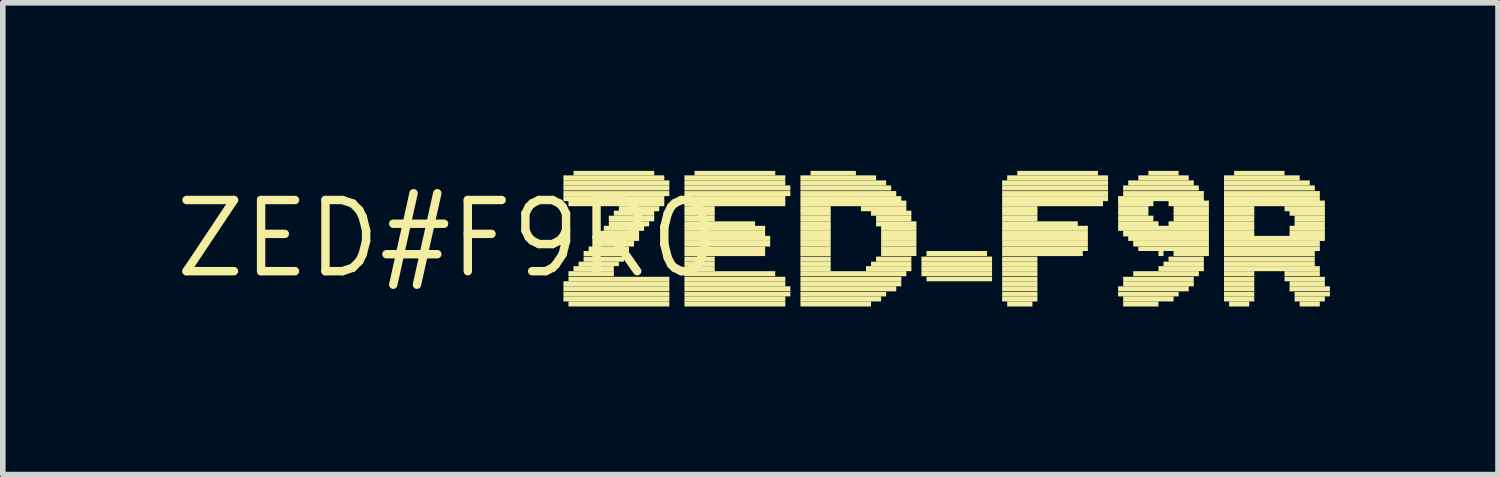
<source format=kicad_pcb>
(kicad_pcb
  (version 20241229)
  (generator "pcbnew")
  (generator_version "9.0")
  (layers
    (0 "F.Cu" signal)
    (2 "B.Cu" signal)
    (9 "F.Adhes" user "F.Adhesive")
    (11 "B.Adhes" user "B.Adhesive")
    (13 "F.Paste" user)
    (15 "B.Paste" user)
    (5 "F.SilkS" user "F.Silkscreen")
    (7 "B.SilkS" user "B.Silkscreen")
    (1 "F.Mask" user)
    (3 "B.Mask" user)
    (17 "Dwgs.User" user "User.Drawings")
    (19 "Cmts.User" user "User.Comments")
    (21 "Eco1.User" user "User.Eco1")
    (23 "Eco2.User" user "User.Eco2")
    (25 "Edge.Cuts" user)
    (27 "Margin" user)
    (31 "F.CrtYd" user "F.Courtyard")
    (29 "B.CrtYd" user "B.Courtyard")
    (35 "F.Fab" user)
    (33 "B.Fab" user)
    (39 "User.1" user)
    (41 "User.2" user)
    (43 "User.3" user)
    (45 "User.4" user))
  (footprint "ZED#F9R0"
    (layer "F.Cu")
    (at 4.936 1.21)
    (property "Reference" "ZED#F9R0" (at 0 0 0) (layer "F.SilkS") (effects (font (size 1.27 1.27) (thickness 0.15))))
    (fp_poly (pts (xy 2.07 -1.04) (xy 3.87 -1.04) (xy 3.87 -1.13) (xy 2.07 -1.13)) (stroke (width 0) (type solid)) (fill yes) (layer "F.SilkS"))
    (fp_poly (pts (xy 2.07 -0.95) (xy 3.96 -0.95) (xy 3.96 -1.04) (xy 2.07 -1.04)) (stroke (width 0) (type solid)) (fill yes) (layer "F.SilkS"))
    (fp_poly (pts (xy 2.07 -0.86) (xy 3.96 -0.86) (xy 3.96 -0.95) (xy 2.07 -0.95)) (stroke (width 0) (type solid)) (fill yes) (layer "F.SilkS"))
    (fp_poly (pts (xy 2.07 -0.76) (xy 3.96 -0.76) (xy 3.96 -0.85) (xy 2.07 -0.85)) (stroke (width 0) (type solid)) (fill yes) (layer "F.SilkS"))
    (fp_poly (pts (xy 2.07 -0.67) (xy 3.87 -0.67) (xy 3.87 -0.76) (xy 2.07 -0.76)) (stroke (width 0) (type solid)) (fill yes) (layer "F.SilkS"))
    (fp_poly (pts (xy 2.07 0.85) (xy 3.96 0.85) (xy 3.96 0.76) (xy 2.07 0.76)) (stroke (width 0) (type solid)) (fill yes) (layer "F.SilkS"))
    (fp_poly (pts (xy 2.07 0.94) (xy 3.96 0.94) (xy 3.96 0.85) (xy 2.07 0.85)) (stroke (width 0) (type solid)) (fill yes) (layer "F.SilkS"))
    (fp_poly (pts (xy 2.07 1.03) (xy 3.96 1.03) (xy 3.96 0.95) (xy 2.07 0.95)) (stroke (width 0) (type solid)) (fill yes) (layer "F.SilkS"))
    (fp_poly (pts (xy 2.07 1.12) (xy 3.96 1.12) (xy 3.96 1.03) (xy 2.07 1.03)) (stroke (width 0) (type solid)) (fill yes) (layer "F.SilkS"))
    (fp_poly (pts (xy 2.16 -0.58) (xy 3.87 -0.58) (xy 3.87 -0.68) (xy 2.16 -0.68)) (stroke (width 0) (type solid)) (fill yes) (layer "F.SilkS"))
    (fp_poly (pts (xy 2.16 0.67) (xy 2.97 0.67) (xy 2.97 0.58) (xy 2.16 0.58)) (stroke (width 0) (type solid)) (fill yes) (layer "F.SilkS"))
    (fp_poly (pts (xy 2.16 0.76) (xy 3.96 0.76) (xy 3.96 0.68) (xy 2.16 0.68)) (stroke (width 0) (type solid)) (fill yes) (layer "F.SilkS"))
    (fp_poly (pts (xy 2.16 1.21) (xy 3.96 1.21) (xy 3.96 1.12) (xy 2.16 1.12)) (stroke (width 0) (type solid)) (fill yes) (layer "F.SilkS"))
    (fp_poly (pts (xy 2.25 -1.13) (xy 3.69 -1.13) (xy 3.69 -1.21) (xy 2.25 -1.21)) (stroke (width 0) (type solid)) (fill yes) (layer "F.SilkS"))
    (fp_poly (pts (xy 2.25 0.58) (xy 2.97 0.58) (xy 2.97 0.49) (xy 2.25 0.49)) (stroke (width 0) (type solid)) (fill yes) (layer "F.SilkS"))
    (fp_poly (pts (xy 2.34 0.49) (xy 3.06 0.49) (xy 3.06 0.41) (xy 2.34 0.41)) (stroke (width 0) (type solid)) (fill yes) (layer "F.SilkS"))
    (fp_poly (pts (xy 2.43 0.31) (xy 3.24 0.31) (xy 3.24 0.22) (xy 2.43 0.22)) (stroke (width 0) (type solid)) (fill yes) (layer "F.SilkS"))
    (fp_poly (pts (xy 2.43 0.41) (xy 3.15 0.41) (xy 3.15 0.32) (xy 2.43 0.32)) (stroke (width 0) (type solid)) (fill yes) (layer "F.SilkS"))
    (fp_poly (pts (xy 2.52 0.22) (xy 3.24 0.22) (xy 3.24 0.14) (xy 2.52 0.14)) (stroke (width 0) (type solid)) (fill yes) (layer "F.SilkS"))
    (fp_poly (pts (xy 2.61 0.04) (xy 3.42 0.04) (xy 3.42 -0.05) (xy 2.61 -0.05)) (stroke (width 0) (type solid)) (fill yes) (layer "F.SilkS"))
    (fp_poly (pts (xy 2.61 0.14) (xy 3.33 0.14) (xy 3.33 0.04) (xy 2.61 0.04)) (stroke (width 0) (type solid)) (fill yes) (layer "F.SilkS"))
    (fp_poly (pts (xy 2.7 -0.04) (xy 3.42 -0.04) (xy 3.42 -0.14) (xy 2.7 -0.14)) (stroke (width 0) (type solid)) (fill yes) (layer "F.SilkS"))
    (fp_poly (pts (xy 2.79 -0.14) (xy 3.51 -0.14) (xy 3.51 -0.23) (xy 2.79 -0.23)) (stroke (width 0) (type solid)) (fill yes) (layer "F.SilkS"))
    (fp_poly (pts (xy 2.88 -0.31) (xy 3.69 -0.31) (xy 3.69 -0.41) (xy 2.88 -0.41)) (stroke (width 0) (type solid)) (fill yes) (layer "F.SilkS"))
    (fp_poly (pts (xy 2.88 -0.22) (xy 3.6 -0.22) (xy 3.6 -0.31) (xy 2.88 -0.31)) (stroke (width 0) (type solid)) (fill yes) (layer "F.SilkS"))
    (fp_poly (pts (xy 2.97 -0.41) (xy 3.69 -0.41) (xy 3.69 -0.5) (xy 2.97 -0.5)) (stroke (width 0) (type solid)) (fill yes) (layer "F.SilkS"))
    (fp_poly (pts (xy 3.06 -0.49) (xy 3.78 -0.49) (xy 3.78 -0.58) (xy 3.06 -0.58)) (stroke (width 0) (type solid)) (fill yes) (layer "F.SilkS"))
    (fp_poly (pts (xy 4.23 -1.04) (xy 6.03 -1.04) (xy 6.03 -1.13) (xy 4.23 -1.13)) (stroke (width 0) (type solid)) (fill yes) (layer "F.SilkS"))
    (fp_poly (pts (xy 4.23 -0.95) (xy 6.03 -0.95) (xy 6.03 -1.04) (xy 4.23 -1.04)) (stroke (width 0) (type solid)) (fill yes) (layer "F.SilkS"))
    (fp_poly (pts (xy 4.23 -0.86) (xy 6.12 -0.86) (xy 6.12 -0.95) (xy 4.23 -0.95)) (stroke (width 0) (type solid)) (fill yes) (layer "F.SilkS"))
    (fp_poly (pts (xy 4.23 -0.76) (xy 6.12 -0.76) (xy 6.12 -0.85) (xy 4.23 -0.85)) (stroke (width 0) (type solid)) (fill yes) (layer "F.SilkS"))
    (fp_poly (pts (xy 4.23 -0.67) (xy 6.03 -0.67) (xy 6.03 -0.76) (xy 4.23 -0.76)) (stroke (width 0) (type solid)) (fill yes) (layer "F.SilkS"))
    (fp_poly (pts (xy 4.23 -0.58) (xy 6.03 -0.58) (xy 6.03 -0.68) (xy 4.23 -0.68)) (stroke (width 0) (type solid)) (fill yes) (layer "F.SilkS"))
    (fp_poly (pts (xy 4.23 -0.49) (xy 4.77 -0.49) (xy 4.77 -0.58) (xy 4.23 -0.58)) (stroke (width 0) (type solid)) (fill yes) (layer "F.SilkS"))
    (fp_poly (pts (xy 4.23 -0.41) (xy 4.77 -0.41) (xy 4.77 -0.5) (xy 4.23 -0.5)) (stroke (width 0) (type solid)) (fill yes) (layer "F.SilkS"))
    (fp_poly (pts (xy 4.23 -0.31) (xy 4.77 -0.31) (xy 4.77 -0.41) (xy 4.23 -0.41)) (stroke (width 0) (type solid)) (fill yes) (layer "F.SilkS"))
    (fp_poly (pts (xy 4.23 -0.22) (xy 5.49 -0.22) (xy 5.49 -0.31) (xy 4.23 -0.31)) (stroke (width 0) (type solid)) (fill yes) (layer "F.SilkS"))
    (fp_poly (pts (xy 4.23 -0.14) (xy 5.67 -0.14) (xy 5.67 -0.23) (xy 4.23 -0.23)) (stroke (width 0) (type solid)) (fill yes) (layer "F.SilkS"))
    (fp_poly (pts (xy 4.23 -0.04) (xy 5.67 -0.04) (xy 5.67 -0.14) (xy 4.23 -0.14)) (stroke (width 0) (type solid)) (fill yes) (layer "F.SilkS"))
    (fp_poly (pts (xy 4.23 0.04) (xy 5.76 0.04) (xy 5.76 -0.05) (xy 4.23 -0.05)) (stroke (width 0) (type solid)) (fill yes) (layer "F.SilkS"))
    (fp_poly (pts (xy 4.23 0.14) (xy 5.76 0.14) (xy 5.76 0.04) (xy 4.23 0.04)) (stroke (width 0) (type solid)) (fill yes) (layer "F.SilkS"))
    (fp_poly (pts (xy 4.23 0.22) (xy 5.67 0.22) (xy 5.67 0.14) (xy 4.23 0.14)) (stroke (width 0) (type solid)) (fill yes) (layer "F.SilkS"))
    (fp_poly (pts (xy 4.23 0.31) (xy 5.67 0.31) (xy 5.67 0.22) (xy 4.23 0.22)) (stroke (width 0) (type solid)) (fill yes) (layer "F.SilkS"))
    (fp_poly (pts (xy 4.23 0.41) (xy 4.77 0.41) (xy 4.77 0.32) (xy 4.23 0.32)) (stroke (width 0) (type solid)) (fill yes) (layer "F.SilkS"))
    (fp_poly (pts (xy 4.23 0.49) (xy 4.77 0.49) (xy 4.77 0.41) (xy 4.23 0.41)) (stroke (width 0) (type solid)) (fill yes) (layer "F.SilkS"))
    (fp_poly (pts (xy 4.23 0.58) (xy 4.77 0.58) (xy 4.77 0.49) (xy 4.23 0.49)) (stroke (width 0) (type solid)) (fill yes) (layer "F.SilkS"))
    (fp_poly (pts (xy 4.23 0.67) (xy 5.85 0.67) (xy 5.85 0.58) (xy 4.23 0.58)) (stroke (width 0) (type solid)) (fill yes) (layer "F.SilkS"))
    (fp_poly (pts (xy 4.23 0.76) (xy 6.03 0.76) (xy 6.03 0.68) (xy 4.23 0.68)) (stroke (width 0) (type solid)) (fill yes) (layer "F.SilkS"))
    (fp_poly (pts (xy 4.23 0.85) (xy 6.03 0.85) (xy 6.03 0.76) (xy 4.23 0.76)) (stroke (width 0) (type solid)) (fill yes) (layer "F.SilkS"))
    (fp_poly (pts (xy 4.23 0.94) (xy 6.12 0.94) (xy 6.12 0.85) (xy 4.23 0.85)) (stroke (width 0) (type solid)) (fill yes) (layer "F.SilkS"))
    (fp_poly (pts (xy 4.23 1.03) (xy 6.12 1.03) (xy 6.12 0.95) (xy 4.23 0.95)) (stroke (width 0) (type solid)) (fill yes) (layer "F.SilkS"))
    (fp_poly (pts (xy 4.23 1.12) (xy 6.03 1.12) (xy 6.03 1.03) (xy 4.23 1.03)) (stroke (width 0) (type solid)) (fill yes) (layer "F.SilkS"))
    (fp_poly (pts (xy 4.23 1.21) (xy 6.03 1.21) (xy 6.03 1.12) (xy 4.23 1.12)) (stroke (width 0) (type solid)) (fill yes) (layer "F.SilkS"))
    (fp_poly (pts (xy 4.41 -1.13) (xy 5.85 -1.13) (xy 5.85 -1.21) (xy 4.41 -1.21)) (stroke (width 0) (type solid)) (fill yes) (layer "F.SilkS"))
    (fp_poly (pts (xy 6.3 -1.04) (xy 7.65 -1.04) (xy 7.65 -1.13) (xy 6.3 -1.13)) (stroke (width 0) (type solid)) (fill yes) (layer "F.SilkS"))
    (fp_poly (pts (xy 6.3 -0.95) (xy 7.83 -0.95) (xy 7.83 -1.04) (xy 6.3 -1.04)) (stroke (width 0) (type solid)) (fill yes) (layer "F.SilkS"))
    (fp_poly (pts (xy 6.3 -0.86) (xy 7.92 -0.86) (xy 7.92 -0.95) (xy 6.3 -0.95)) (stroke (width 0) (type solid)) (fill yes) (layer "F.SilkS"))
    (fp_poly (pts (xy 6.3 -0.76) (xy 8.01 -0.76) (xy 8.01 -0.85) (xy 6.3 -0.85)) (stroke (width 0) (type solid)) (fill yes) (layer "F.SilkS"))
    (fp_poly (pts (xy 6.3 -0.67) (xy 8.1 -0.67) (xy 8.1 -0.76) (xy 6.3 -0.76)) (stroke (width 0) (type solid)) (fill yes) (layer "F.SilkS"))
    (fp_poly (pts (xy 6.3 -0.58) (xy 8.19 -0.58) (xy 8.19 -0.68) (xy 6.3 -0.68)) (stroke (width 0) (type solid)) (fill yes) (layer "F.SilkS"))
    (fp_poly (pts (xy 6.3 -0.49) (xy 6.84 -0.49) (xy 6.84 -0.58) (xy 6.3 -0.58)) (stroke (width 0) (type solid)) (fill yes) (layer "F.SilkS"))
    (fp_poly (pts (xy 6.3 -0.41) (xy 6.84 -0.41) (xy 6.84 -0.5) (xy 6.3 -0.5)) (stroke (width 0) (type solid)) (fill yes) (layer "F.SilkS"))
    (fp_poly (pts (xy 6.3 -0.31) (xy 6.84 -0.31) (xy 6.84 -0.41) (xy 6.3 -0.41)) (stroke (width 0) (type solid)) (fill yes) (layer "F.SilkS"))
    (fp_poly (pts (xy 6.3 -0.22) (xy 6.84 -0.22) (xy 6.84 -0.31) (xy 6.3 -0.31)) (stroke (width 0) (type solid)) (fill yes) (layer "F.SilkS"))
    (fp_poly (pts (xy 6.3 -0.14) (xy 6.84 -0.14) (xy 6.84 -0.23) (xy 6.3 -0.23)) (stroke (width 0) (type solid)) (fill yes) (layer "F.SilkS"))
    (fp_poly (pts (xy 6.3 -0.04) (xy 6.84 -0.04) (xy 6.84 -0.14) (xy 6.3 -0.14)) (stroke (width 0) (type solid)) (fill yes) (layer "F.SilkS"))
    (fp_poly (pts (xy 6.3 0.04) (xy 6.84 0.04) (xy 6.84 -0.05) (xy 6.3 -0.05)) (stroke (width 0) (type solid)) (fill yes) (layer "F.SilkS"))
    (fp_poly (pts (xy 6.3 0.14) (xy 6.84 0.14) (xy 6.84 0.04) (xy 6.3 0.04)) (stroke (width 0) (type solid)) (fill yes) (layer "F.SilkS"))
    (fp_poly (pts (xy 6.3 0.22) (xy 6.84 0.22) (xy 6.84 0.14) (xy 6.3 0.14)) (stroke (width 0) (type solid)) (fill yes) (layer "F.SilkS"))
    (fp_poly (pts (xy 6.3 0.31) (xy 6.84 0.31) (xy 6.84 0.22) (xy 6.3 0.22)) (stroke (width 0) (type solid)) (fill yes) (layer "F.SilkS"))
    (fp_poly (pts (xy 6.3 0.41) (xy 6.84 0.41) (xy 6.84 0.32) (xy 6.3 0.32)) (stroke (width 0) (type solid)) (fill yes) (layer "F.SilkS"))
    (fp_poly (pts (xy 6.3 0.49) (xy 6.84 0.49) (xy 6.84 0.41) (xy 6.3 0.41)) (stroke (width 0) (type solid)) (fill yes) (layer "F.SilkS"))
    (fp_poly (pts (xy 6.3 0.58) (xy 6.84 0.58) (xy 6.84 0.49) (xy 6.3 0.49)) (stroke (width 0) (type solid)) (fill yes) (layer "F.SilkS"))
    (fp_poly (pts (xy 6.3 0.67) (xy 8.19 0.67) (xy 8.19 0.58) (xy 6.3 0.58)) (stroke (width 0) (type solid)) (fill yes) (layer "F.SilkS"))
    (fp_poly (pts (xy 6.3 0.76) (xy 8.1 0.76) (xy 8.1 0.68) (xy 6.3 0.68)) (stroke (width 0) (type solid)) (fill yes) (layer "F.SilkS"))
    (fp_poly (pts (xy 6.3 0.85) (xy 8.1 0.85) (xy 8.1 0.76) (xy 6.3 0.76)) (stroke (width 0) (type solid)) (fill yes) (layer "F.SilkS"))
    (fp_poly (pts (xy 6.3 0.94) (xy 8.01 0.94) (xy 8.01 0.85) (xy 6.3 0.85)) (stroke (width 0) (type solid)) (fill yes) (layer "F.SilkS"))
    (fp_poly (pts (xy 6.3 1.03) (xy 7.83 1.03) (xy 7.83 0.95) (xy 6.3 0.95)) (stroke (width 0) (type solid)) (fill yes) (layer "F.SilkS"))
    (fp_poly (pts (xy 6.3 1.12) (xy 7.74 1.12) (xy 7.74 1.03) (xy 6.3 1.03)) (stroke (width 0) (type solid)) (fill yes) (layer "F.SilkS"))
    (fp_poly (pts (xy 6.3 1.21) (xy 7.56 1.21) (xy 7.56 1.12) (xy 6.3 1.12)) (stroke (width 0) (type solid)) (fill yes) (layer "F.SilkS"))
    (fp_poly (pts (xy 6.48 -1.13) (xy 7.29 -1.13) (xy 7.29 -1.21) (xy 6.48 -1.21)) (stroke (width 0) (type solid)) (fill yes) (layer "F.SilkS"))
    (fp_poly (pts (xy 7.38 -0.49) (xy 8.19 -0.49) (xy 8.19 -0.58) (xy 7.38 -0.58)) (stroke (width 0) (type solid)) (fill yes) (layer "F.SilkS"))
    (fp_poly (pts (xy 7.47 0.58) (xy 8.28 0.58) (xy 8.28 0.49) (xy 7.47 0.49)) (stroke (width 0) (type solid)) (fill yes) (layer "F.SilkS"))
    (fp_poly (pts (xy 7.56 -0.41) (xy 8.28 -0.41) (xy 8.28 -0.5) (xy 7.56 -0.5)) (stroke (width 0) (type solid)) (fill yes) (layer "F.SilkS"))
    (fp_poly (pts (xy 7.56 0.49) (xy 8.28 0.49) (xy 8.28 0.41) (xy 7.56 0.41)) (stroke (width 0) (type solid)) (fill yes) (layer "F.SilkS"))
    (fp_poly (pts (xy 7.65 -0.31) (xy 8.28 -0.31) (xy 8.28 -0.41) (xy 7.65 -0.41)) (stroke (width 0) (type solid)) (fill yes) (layer "F.SilkS"))
    (fp_poly (pts (xy 7.65 -0.22) (xy 8.37 -0.22) (xy 8.37 -0.31) (xy 7.65 -0.31)) (stroke (width 0) (type solid)) (fill yes) (layer "F.SilkS"))
    (fp_poly (pts (xy 7.65 0.41) (xy 8.28 0.41) (xy 8.28 0.32) (xy 7.65 0.32)) (stroke (width 0) (type solid)) (fill yes) (layer "F.SilkS"))
    (fp_poly (pts (xy 7.74 -0.14) (xy 8.37 -0.14) (xy 8.37 -0.23) (xy 7.74 -0.23)) (stroke (width 0) (type solid)) (fill yes) (layer "F.SilkS"))
    (fp_poly (pts (xy 7.74 -0.04) (xy 8.37 -0.04) (xy 8.37 -0.14) (xy 7.74 -0.14)) (stroke (width 0) (type solid)) (fill yes) (layer "F.SilkS"))
    (fp_poly (pts (xy 7.74 0.04) (xy 8.37 0.04) (xy 8.37 -0.05) (xy 7.74 -0.05)) (stroke (width 0) (type solid)) (fill yes) (layer "F.SilkS"))
    (fp_poly (pts (xy 7.74 0.14) (xy 8.37 0.14) (xy 8.37 0.04) (xy 7.74 0.04)) (stroke (width 0) (type solid)) (fill yes) (layer "F.SilkS"))
    (fp_poly (pts (xy 7.74 0.22) (xy 8.37 0.22) (xy 8.37 0.14) (xy 7.74 0.14)) (stroke (width 0) (type solid)) (fill yes) (layer "F.SilkS"))
    (fp_poly (pts (xy 7.74 0.31) (xy 8.37 0.31) (xy 8.37 0.22) (xy 7.74 0.22)) (stroke (width 0) (type solid)) (fill yes) (layer "F.SilkS"))
    (fp_poly (pts (xy 8.46 0.41) (xy 9.72 0.41) (xy 9.72 0.32) (xy 8.46 0.32)) (stroke (width 0) (type solid)) (fill yes) (layer "F.SilkS"))
    (fp_poly (pts (xy 8.46 0.49) (xy 9.72 0.49) (xy 9.72 0.41) (xy 8.46 0.41)) (stroke (width 0) (type solid)) (fill yes) (layer "F.SilkS"))
    (fp_poly (pts (xy 8.46 0.58) (xy 9.72 0.58) (xy 9.72 0.49) (xy 8.46 0.49)) (stroke (width 0) (type solid)) (fill yes) (layer "F.SilkS"))
    (fp_poly (pts (xy 8.46 0.67) (xy 9.72 0.67) (xy 9.72 0.58) (xy 8.46 0.58)) (stroke (width 0) (type solid)) (fill yes) (layer "F.SilkS"))
    (fp_poly (pts (xy 8.55 0.31) (xy 9.63 0.31) (xy 9.63 0.22) (xy 8.55 0.22)) (stroke (width 0) (type solid)) (fill yes) (layer "F.SilkS"))
    (fp_poly (pts (xy 8.55 0.76) (xy 9.72 0.76) (xy 9.72 0.68) (xy 8.55 0.68)) (stroke (width 0) (type solid)) (fill yes) (layer "F.SilkS"))
    (fp_poly (pts (xy 9.9 -0.95) (xy 11.79 -0.95) (xy 11.79 -1.04) (xy 9.9 -1.04)) (stroke (width 0) (type solid)) (fill yes) (layer "F.SilkS"))
    (fp_poly (pts (xy 9.9 -0.86) (xy 11.79 -0.86) (xy 11.79 -0.95) (xy 9.9 -0.95)) (stroke (width 0) (type solid)) (fill yes) (layer "F.SilkS"))
    (fp_poly (pts (xy 9.9 -0.76) (xy 11.79 -0.76) (xy 11.79 -0.85) (xy 9.9 -0.85)) (stroke (width 0) (type solid)) (fill yes) (layer "F.SilkS"))
    (fp_poly (pts (xy 9.9 -0.67) (xy 11.79 -0.67) (xy 11.79 -0.76) (xy 9.9 -0.76)) (stroke (width 0) (type solid)) (fill yes) (layer "F.SilkS"))
    (fp_poly (pts (xy 9.9 -0.58) (xy 11.7 -0.58) (xy 11.7 -0.68) (xy 9.9 -0.68)) (stroke (width 0) (type solid)) (fill yes) (layer "F.SilkS"))
    (fp_poly (pts (xy 9.9 -0.49) (xy 10.53 -0.49) (xy 10.53 -0.58) (xy 9.9 -0.58)) (stroke (width 0) (type solid)) (fill yes) (layer "F.SilkS"))
    (fp_poly (pts (xy 9.9 -0.41) (xy 10.53 -0.41) (xy 10.53 -0.5) (xy 9.9 -0.5)) (stroke (width 0) (type solid)) (fill yes) (layer "F.SilkS"))
    (fp_poly (pts (xy 9.9 -0.31) (xy 10.53 -0.31) (xy 10.53 -0.41) (xy 9.9 -0.41)) (stroke (width 0) (type solid)) (fill yes) (layer "F.SilkS"))
    (fp_poly (pts (xy 9.9 -0.22) (xy 11.25 -0.22) (xy 11.25 -0.31) (xy 9.9 -0.31)) (stroke (width 0) (type solid)) (fill yes) (layer "F.SilkS"))
    (fp_poly (pts (xy 9.9 -0.14) (xy 11.43 -0.14) (xy 11.43 -0.23) (xy 9.9 -0.23)) (stroke (width 0) (type solid)) (fill yes) (layer "F.SilkS"))
    (fp_poly (pts (xy 9.9 -0.04) (xy 11.43 -0.04) (xy 11.43 -0.14) (xy 9.9 -0.14)) (stroke (width 0) (type solid)) (fill yes) (layer "F.SilkS"))
    (fp_poly (pts (xy 9.9 0.04) (xy 11.43 0.04) (xy 11.43 -0.05) (xy 9.9 -0.05)) (stroke (width 0) (type solid)) (fill yes) (layer "F.SilkS"))
    (fp_poly (pts (xy 9.9 0.14) (xy 11.43 0.14) (xy 11.43 0.04) (xy 9.9 0.04)) (stroke (width 0) (type solid)) (fill yes) (layer "F.SilkS"))
    (fp_poly (pts (xy 9.9 0.22) (xy 11.43 0.22) (xy 11.43 0.14) (xy 9.9 0.14)) (stroke (width 0) (type solid)) (fill yes) (layer "F.SilkS"))
    (fp_poly (pts (xy 9.9 0.31) (xy 11.34 0.31) (xy 11.34 0.22) (xy 9.9 0.22)) (stroke (width 0) (type solid)) (fill yes) (layer "F.SilkS"))
    (fp_poly (pts (xy 9.9 0.41) (xy 10.53 0.41) (xy 10.53 0.32) (xy 9.9 0.32)) (stroke (width 0) (type solid)) (fill yes) (layer "F.SilkS"))
    (fp_poly (pts (xy 9.9 0.49) (xy 10.53 0.49) (xy 10.53 0.41) (xy 9.9 0.41)) (stroke (width 0) (type solid)) (fill yes) (layer "F.SilkS"))
    (fp_poly (pts (xy 9.9 0.58) (xy 10.53 0.58) (xy 10.53 0.49) (xy 9.9 0.49)) (stroke (width 0) (type solid)) (fill yes) (layer "F.SilkS"))
    (fp_poly (pts (xy 9.9 0.67) (xy 10.53 0.67) (xy 10.53 0.58) (xy 9.9 0.58)) (stroke (width 0) (type solid)) (fill yes) (layer "F.SilkS"))
    (fp_poly (pts (xy 9.9 0.76) (xy 10.53 0.76) (xy 10.53 0.68) (xy 9.9 0.68)) (stroke (width 0) (type solid)) (fill yes) (layer "F.SilkS"))
    (fp_poly (pts (xy 9.9 0.85) (xy 10.53 0.85) (xy 10.53 0.76) (xy 9.9 0.76)) (stroke (width 0) (type solid)) (fill yes) (layer "F.SilkS"))
    (fp_poly (pts (xy 9.9 0.94) (xy 10.53 0.94) (xy 10.53 0.85) (xy 9.9 0.85)) (stroke (width 0) (type solid)) (fill yes) (layer "F.SilkS"))
    (fp_poly (pts (xy 9.9 1.03) (xy 10.53 1.03) (xy 10.53 0.95) (xy 9.9 0.95)) (stroke (width 0) (type solid)) (fill yes) (layer "F.SilkS"))
    (fp_poly (pts (xy 9.9 1.12) (xy 10.53 1.12) (xy 10.53 1.03) (xy 9.9 1.03)) (stroke (width 0) (type solid)) (fill yes) (layer "F.SilkS"))
    (fp_poly (pts (xy 9.99 -1.04) (xy 11.79 -1.04) (xy 11.79 -1.13) (xy 9.99 -1.13)) (stroke (width 0) (type solid)) (fill yes) (layer "F.SilkS"))
    (fp_poly (pts (xy 9.99 1.21) (xy 10.44 1.21) (xy 10.44 1.12) (xy 9.99 1.12)) (stroke (width 0) (type solid)) (fill yes) (layer "F.SilkS"))
    (fp_poly (pts (xy 10.17 -1.13) (xy 11.61 -1.13) (xy 11.61 -1.21) (xy 10.17 -1.21)) (stroke (width 0) (type solid)) (fill yes) (layer "F.SilkS"))
    (fp_poly (pts (xy 11.97 -0.67) (xy 13.5 -0.67) (xy 13.5 -0.76) (xy 11.97 -0.76)) (stroke (width 0) (type solid)) (fill yes) (layer "F.SilkS"))
    (fp_poly (pts (xy 11.97 -0.58) (xy 12.6 -0.58) (xy 12.6 -0.68) (xy 11.97 -0.68)) (stroke (width 0) (type solid)) (fill yes) (layer "F.SilkS"))
    (fp_poly (pts (xy 11.97 -0.49) (xy 12.51 -0.49) (xy 12.51 -0.58) (xy 11.97 -0.58)) (stroke (width 0) (type solid)) (fill yes) (layer "F.SilkS"))
    (fp_poly (pts (xy 11.97 -0.41) (xy 12.51 -0.41) (xy 12.51 -0.5) (xy 11.97 -0.5)) (stroke (width 0) (type solid)) (fill yes) (layer "F.SilkS"))
    (fp_poly (pts (xy 11.97 -0.31) (xy 12.6 -0.31) (xy 12.6 -0.41) (xy 11.97 -0.41)) (stroke (width 0) (type solid)) (fill yes) (layer "F.SilkS"))
    (fp_poly (pts (xy 11.97 -0.22) (xy 12.69 -0.22) (xy 12.69 -0.31) (xy 11.97 -0.31)) (stroke (width 0) (type solid)) (fill yes) (layer "F.SilkS"))
    (fp_poly (pts (xy 11.97 -0.14) (xy 13.59 -0.14) (xy 13.59 -0.23) (xy 11.97 -0.23)) (stroke (width 0) (type solid)) (fill yes) (layer "F.SilkS"))
    (fp_poly (pts (xy 11.97 0.94) (xy 13.23 0.94) (xy 13.23 0.85) (xy 11.97 0.85)) (stroke (width 0) (type solid)) (fill yes) (layer "F.SilkS"))
    (fp_poly (pts (xy 11.97 1.03) (xy 13.05 1.03) (xy 13.05 0.95) (xy 11.97 0.95)) (stroke (width 0) (type solid)) (fill yes) (layer "F.SilkS"))
    (fp_poly (pts (xy 12.06 -0.86) (xy 13.41 -0.86) (xy 13.41 -0.95) (xy 12.06 -0.95)) (stroke (width 0) (type solid)) (fill yes) (layer "F.SilkS"))
    (fp_poly (pts (xy 12.06 -0.76) (xy 13.5 -0.76) (xy 13.5 -0.85) (xy 12.06 -0.85)) (stroke (width 0) (type solid)) (fill yes) (layer "F.SilkS"))
    (fp_poly (pts (xy 12.06 -0.04) (xy 13.59 -0.04) (xy 13.59 -0.14) (xy 12.06 -0.14)) (stroke (width 0) (type solid)) (fill yes) (layer "F.SilkS"))
    (fp_poly (pts (xy 12.06 0.76) (xy 13.32 0.76) (xy 13.32 0.68) (xy 12.06 0.68)) (stroke (width 0) (type solid)) (fill yes) (layer "F.SilkS"))
    (fp_poly (pts (xy 12.06 0.85) (xy 13.32 0.85) (xy 13.32 0.76) (xy 12.06 0.76)) (stroke (width 0) (type solid)) (fill yes) (layer "F.SilkS"))
    (fp_poly (pts (xy 12.06 1.12) (xy 12.96 1.12) (xy 12.96 1.03) (xy 12.06 1.03)) (stroke (width 0) (type solid)) (fill yes) (layer "F.SilkS"))
    (fp_poly (pts (xy 12.06 1.21) (xy 12.69 1.21) (xy 12.69 1.12) (xy 12.06 1.12)) (stroke (width 0) (type solid)) (fill yes) (layer "F.SilkS"))
    (fp_poly (pts (xy 12.15 -0.95) (xy 13.32 -0.95) (xy 13.32 -1.04) (xy 12.15 -1.04)) (stroke (width 0) (type solid)) (fill yes) (layer "F.SilkS"))
    (fp_poly (pts (xy 12.15 0.04) (xy 13.59 0.04) (xy 13.59 -0.05) (xy 12.15 -0.05)) (stroke (width 0) (type solid)) (fill yes) (layer "F.SilkS"))
    (fp_poly (pts (xy 12.24 0.14) (xy 13.59 0.14) (xy 13.59 0.04) (xy 12.24 0.04)) (stroke (width 0) (type solid)) (fill yes) (layer "F.SilkS"))
    (fp_poly (pts (xy 12.24 0.67) (xy 13.41 0.67) (xy 13.41 0.58) (xy 12.24 0.58)) (stroke (width 0) (type solid)) (fill yes) (layer "F.SilkS"))
    (fp_poly (pts (xy 12.33 -1.04) (xy 13.23 -1.04) (xy 13.23 -1.13) (xy 12.33 -1.13)) (stroke (width 0) (type solid)) (fill yes) (layer "F.SilkS"))
    (fp_poly (pts (xy 12.33 0.22) (xy 13.59 0.22) (xy 13.59 0.14) (xy 12.33 0.14)) (stroke (width 0) (type solid)) (fill yes) (layer "F.SilkS"))
    (fp_poly (pts (xy 12.51 -1.13) (xy 13.05 -1.13) (xy 13.05 -1.21) (xy 12.51 -1.21)) (stroke (width 0) (type solid)) (fill yes) (layer "F.SilkS"))
    (fp_poly (pts (xy 12.69 0.31) (xy 12.78 0.31) (xy 12.78 0.22) (xy 12.69 0.22)) (stroke (width 0) (type solid)) (fill yes) (layer "F.SilkS"))
    (fp_poly (pts (xy 12.69 0.58) (xy 13.5 0.58) (xy 13.5 0.49) (xy 12.69 0.49)) (stroke (width 0) (type solid)) (fill yes) (layer "F.SilkS"))
    (fp_poly (pts (xy 12.78 0.49) (xy 13.5 0.49) (xy 13.5 0.41) (xy 12.78 0.41)) (stroke (width 0) (type solid)) (fill yes) (layer "F.SilkS"))
    (fp_poly (pts (xy 12.87 -0.58) (xy 13.59 -0.58) (xy 13.59 -0.68) (xy 12.87 -0.68)) (stroke (width 0) (type solid)) (fill yes) (layer "F.SilkS"))
    (fp_poly (pts (xy 12.87 -0.22) (xy 13.59 -0.22) (xy 13.59 -0.31) (xy 12.87 -0.31)) (stroke (width 0) (type solid)) (fill yes) (layer "F.SilkS"))
    (fp_poly (pts (xy 12.87 0.41) (xy 13.5 0.41) (xy 13.5 0.32) (xy 12.87 0.32)) (stroke (width 0) (type solid)) (fill yes) (layer "F.SilkS"))
    (fp_poly (pts (xy 12.96 -0.49) (xy 13.59 -0.49) (xy 13.59 -0.58) (xy 12.96 -0.58)) (stroke (width 0) (type solid)) (fill yes) (layer "F.SilkS"))
    (fp_poly (pts (xy 12.96 -0.41) (xy 13.59 -0.41) (xy 13.59 -0.5) (xy 12.96 -0.5)) (stroke (width 0) (type solid)) (fill yes) (layer "F.SilkS"))
    (fp_poly (pts (xy 12.96 -0.31) (xy 13.59 -0.31) (xy 13.59 -0.41) (xy 12.96 -0.41)) (stroke (width 0) (type solid)) (fill yes) (layer "F.SilkS"))
    (fp_poly (pts (xy 12.96 0.31) (xy 13.59 0.31) (xy 13.59 0.22) (xy 12.96 0.22)) (stroke (width 0) (type solid)) (fill yes) (layer "F.SilkS"))
    (fp_poly (pts (xy 13.86 -1.04) (xy 15.21 -1.04) (xy 15.21 -1.13) (xy 13.86 -1.13)) (stroke (width 0) (type solid)) (fill yes) (layer "F.SilkS"))
    (fp_poly (pts (xy 13.86 -0.95) (xy 15.39 -0.95) (xy 15.39 -1.04) (xy 13.86 -1.04)) (stroke (width 0) (type solid)) (fill yes) (layer "F.SilkS"))
    (fp_poly (pts (xy 13.86 -0.86) (xy 15.48 -0.86) (xy 15.48 -0.95) (xy 13.86 -0.95)) (stroke (width 0) (type solid)) (fill yes) (layer "F.SilkS"))
    (fp_poly (pts (xy 13.86 -0.76) (xy 15.57 -0.76) (xy 15.57 -0.85) (xy 13.86 -0.85)) (stroke (width 0) (type solid)) (fill yes) (layer "F.SilkS"))
    (fp_poly (pts (xy 13.86 -0.67) (xy 15.57 -0.67) (xy 15.57 -0.76) (xy 13.86 -0.76)) (stroke (width 0) (type solid)) (fill yes) (layer "F.SilkS"))
    (fp_poly (pts (xy 13.86 -0.58) (xy 15.66 -0.58) (xy 15.66 -0.68) (xy 13.86 -0.68)) (stroke (width 0) (type solid)) (fill yes) (layer "F.SilkS"))
    (fp_poly (pts (xy 13.86 -0.49) (xy 14.4 -0.49) (xy 14.4 -0.58) (xy 13.86 -0.58)) (stroke (width 0) (type solid)) (fill yes) (layer "F.SilkS"))
    (fp_poly (pts (xy 13.86 -0.41) (xy 14.4 -0.41) (xy 14.4 -0.5) (xy 13.86 -0.5)) (stroke (width 0) (type solid)) (fill yes) (layer "F.SilkS"))
    (fp_poly (pts (xy 13.86 -0.31) (xy 14.4 -0.31) (xy 14.4 -0.41) (xy 13.86 -0.41)) (stroke (width 0) (type solid)) (fill yes) (layer "F.SilkS"))
    (fp_poly (pts (xy 13.86 -0.22) (xy 14.4 -0.22) (xy 14.4 -0.31) (xy 13.86 -0.31)) (stroke (width 0) (type solid)) (fill yes) (layer "F.SilkS"))
    (fp_poly (pts (xy 13.86 -0.14) (xy 14.4 -0.14) (xy 14.4 -0.23) (xy 13.86 -0.23)) (stroke (width 0) (type solid)) (fill yes) (layer "F.SilkS"))
    (fp_poly (pts (xy 13.86 -0.04) (xy 14.4 -0.04) (xy 14.4 -0.14) (xy 13.86 -0.14)) (stroke (width 0) (type solid)) (fill yes) (layer "F.SilkS"))
    (fp_poly (pts (xy 13.86 0.04) (xy 15.66 0.04) (xy 15.66 -0.05) (xy 13.86 -0.05)) (stroke (width 0) (type solid)) (fill yes) (layer "F.SilkS"))
    (fp_poly (pts (xy 13.86 0.14) (xy 15.57 0.14) (xy 15.57 0.04) (xy 13.86 0.04)) (stroke (width 0) (type solid)) (fill yes) (layer "F.SilkS"))
    (fp_poly (pts (xy 13.86 0.22) (xy 15.57 0.22) (xy 15.57 0.14) (xy 13.86 0.14)) (stroke (width 0) (type solid)) (fill yes) (layer "F.SilkS"))
    (fp_poly (pts (xy 13.86 0.31) (xy 15.48 0.31) (xy 15.48 0.22) (xy 13.86 0.22)) (stroke (width 0) (type solid)) (fill yes) (layer "F.SilkS"))
    (fp_poly (pts (xy 13.86 0.41) (xy 15.48 0.41) (xy 15.48 0.32) (xy 13.86 0.32)) (stroke (width 0) (type solid)) (fill yes) (layer "F.SilkS"))
    (fp_poly (pts (xy 13.86 0.49) (xy 15.48 0.49) (xy 15.48 0.41) (xy 13.86 0.41)) (stroke (width 0) (type solid)) (fill yes) (layer "F.SilkS"))
    (fp_poly (pts (xy 13.86 0.58) (xy 15.57 0.58) (xy 15.57 0.49) (xy 13.86 0.49)) (stroke (width 0) (type solid)) (fill yes) (layer "F.SilkS"))
    (fp_poly (pts (xy 13.86 0.67) (xy 14.4 0.67) (xy 14.4 0.58) (xy 13.86 0.58)) (stroke (width 0) (type solid)) (fill yes) (layer "F.SilkS"))
    (fp_poly (pts (xy 13.86 0.76) (xy 14.4 0.76) (xy 14.4 0.68) (xy 13.86 0.68)) (stroke (width 0) (type solid)) (fill yes) (layer "F.SilkS"))
    (fp_poly (pts (xy 13.86 0.85) (xy 14.4 0.85) (xy 14.4 0.76) (xy 13.86 0.76)) (stroke (width 0) (type solid)) (fill yes) (layer "F.SilkS"))
    (fp_poly (pts (xy 13.86 0.94) (xy 14.4 0.94) (xy 14.4 0.85) (xy 13.86 0.85)) (stroke (width 0) (type solid)) (fill yes) (layer "F.SilkS"))
    (fp_poly (pts (xy 13.86 1.03) (xy 14.4 1.03) (xy 14.4 0.95) (xy 13.86 0.95)) (stroke (width 0) (type solid)) (fill yes) (layer "F.SilkS"))
    (fp_poly (pts (xy 13.86 1.12) (xy 14.4 1.12) (xy 14.4 1.03) (xy 13.86 1.03)) (stroke (width 0) (type solid)) (fill yes) (layer "F.SilkS"))
    (fp_poly (pts (xy 13.95 1.21) (xy 14.31 1.21) (xy 14.31 1.12) (xy 13.95 1.12)) (stroke (width 0) (type solid)) (fill yes) (layer "F.SilkS"))
    (fp_poly (pts (xy 14.04 -1.13) (xy 14.94 -1.13) (xy 14.94 -1.21) (xy 14.04 -1.21)) (stroke (width 0) (type solid)) (fill yes) (layer "F.SilkS"))
    (fp_poly (pts (xy 14.94 -0.49) (xy 15.66 -0.49) (xy 15.66 -0.58) (xy 14.94 -0.58)) (stroke (width 0) (type solid)) (fill yes) (layer "F.SilkS"))
    (fp_poly (pts (xy 14.94 0.67) (xy 15.57 0.67) (xy 15.57 0.58) (xy 14.94 0.58)) (stroke (width 0) (type solid)) (fill yes) (layer "F.SilkS"))
    (fp_poly (pts (xy 14.94 0.76) (xy 15.66 0.76) (xy 15.66 0.68) (xy 14.94 0.68)) (stroke (width 0) (type solid)) (fill yes) (layer "F.SilkS"))
    (fp_poly (pts (xy 15.03 -0.41) (xy 15.66 -0.41) (xy 15.66 -0.5) (xy 15.03 -0.5)) (stroke (width 0) (type solid)) (fill yes) (layer "F.SilkS"))
    (fp_poly (pts (xy 15.03 -0.14) (xy 15.66 -0.14) (xy 15.66 -0.23) (xy 15.03 -0.23)) (stroke (width 0) (type solid)) (fill yes) (layer "F.SilkS"))
    (fp_poly (pts (xy 15.03 -0.04) (xy 15.66 -0.04) (xy 15.66 -0.14) (xy 15.03 -0.14)) (stroke (width 0) (type solid)) (fill yes) (layer "F.SilkS"))
    (fp_poly (pts (xy 15.03 0.85) (xy 15.66 0.85) (xy 15.66 0.76) (xy 15.03 0.76)) (stroke (width 0) (type solid)) (fill yes) (layer "F.SilkS"))
    (fp_poly (pts (xy 15.03 0.94) (xy 15.75 0.94) (xy 15.75 0.85) (xy 15.03 0.85)) (stroke (width 0) (type solid)) (fill yes) (layer "F.SilkS"))
    (fp_poly (pts (xy 15.12 -0.31) (xy 15.66 -0.31) (xy 15.66 -0.41) (xy 15.12 -0.41)) (stroke (width 0) (type solid)) (fill yes) (layer "F.SilkS"))
    (fp_poly (pts (xy 15.12 -0.22) (xy 15.66 -0.22) (xy 15.66 -0.31) (xy 15.12 -0.31)) (stroke (width 0) (type solid)) (fill yes) (layer "F.SilkS"))
    (fp_poly (pts (xy 15.12 1.03) (xy 15.75 1.03) (xy 15.75 0.95) (xy 15.12 0.95)) (stroke (width 0) (type solid)) (fill yes) (layer "F.SilkS"))
    (fp_poly (pts (xy 15.12 1.12) (xy 15.66 1.12) (xy 15.66 1.03) (xy 15.12 1.03)) (stroke (width 0) (type solid)) (fill yes) (layer "F.SilkS"))
    (fp_poly (pts (xy 15.21 1.21) (xy 15.57 1.21) (xy 15.57 1.12) (xy 15.21 1.12)) (stroke (width 0) (type solid)) (fill yes) (layer "F.SilkS")))
  (gr_rect
    (start -3 -3)
    (end 23.686 5.42)
    (stroke (width 0.1) (type default))
    (fill no)
    (layer "Edge.Cuts")))
</source>
